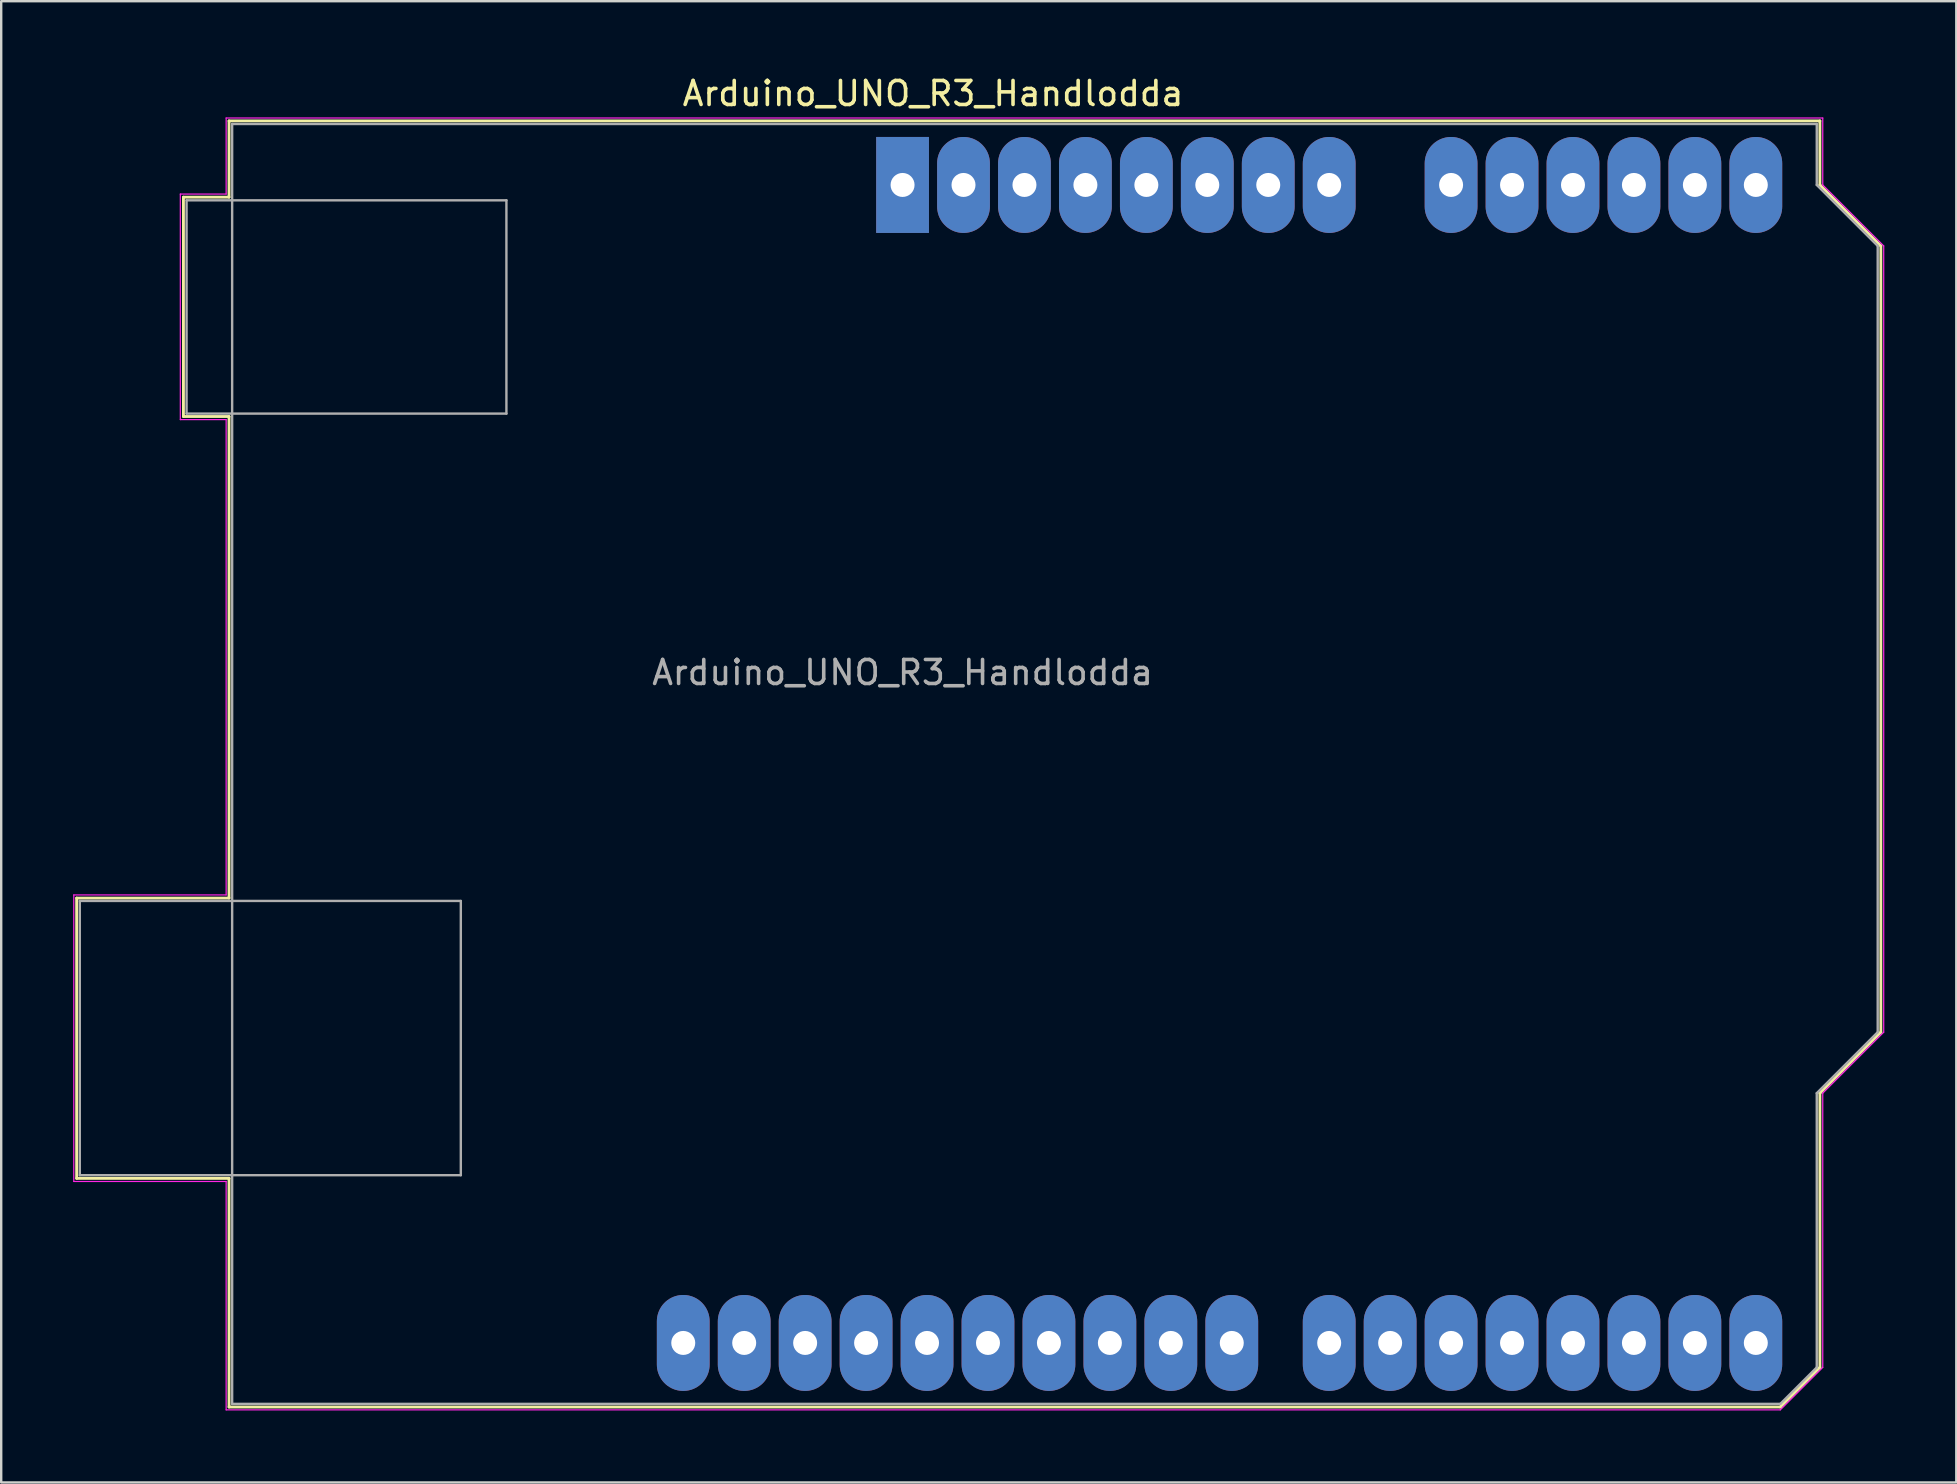
<source format=kicad_pcb>
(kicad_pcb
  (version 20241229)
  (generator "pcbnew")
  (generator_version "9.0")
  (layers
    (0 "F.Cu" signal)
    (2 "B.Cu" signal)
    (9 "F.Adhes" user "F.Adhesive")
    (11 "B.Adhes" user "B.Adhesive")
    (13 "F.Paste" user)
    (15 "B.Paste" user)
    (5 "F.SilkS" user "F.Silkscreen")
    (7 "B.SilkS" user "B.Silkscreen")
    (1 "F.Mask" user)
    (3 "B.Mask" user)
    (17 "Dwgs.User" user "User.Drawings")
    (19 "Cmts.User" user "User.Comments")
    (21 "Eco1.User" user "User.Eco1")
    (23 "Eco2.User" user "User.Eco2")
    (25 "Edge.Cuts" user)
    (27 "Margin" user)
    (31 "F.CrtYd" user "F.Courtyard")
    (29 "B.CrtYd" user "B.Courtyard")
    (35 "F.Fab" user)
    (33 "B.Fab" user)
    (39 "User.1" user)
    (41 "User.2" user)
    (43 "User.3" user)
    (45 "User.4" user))
  (footprint "Arduino_UNO_R3_Handlodda"
    (layer "F.Cu")
    (at 34.565 4.658)
    (property "Reference" "Arduino_UNO_R3_Handlodda" (at 1.27 -3.81 180) (layer "F.SilkS") (effects (font (size 1 1) (thickness 0.15))))
    (attr through_hole)
    (fp_line (start -34.42 29.72) (end -34.42 41.4) (stroke (width 0.12) (type solid)) (layer "F.SilkS"))
    (fp_line (start -34.42 41.4) (end -28.07 41.4) (stroke (width 0.12) (type solid)) (layer "F.SilkS"))
    (fp_line (start -29.97 0.51) (end -29.97 9.65) (stroke (width 0.12) (type solid)) (layer "F.SilkS"))
    (fp_line (start -29.97 9.65) (end -28.07 9.65) (stroke (width 0.12) (type solid)) (layer "F.SilkS"))
    (fp_line (start -28.07 -2.67) (end -28.07 0.51) (stroke (width 0.12) (type solid)) (layer "F.SilkS"))
    (fp_line (start -28.07 0.51) (end -29.97 0.51) (stroke (width 0.12) (type solid)) (layer "F.SilkS"))
    (fp_line (start -28.07 9.65) (end -28.07 29.72) (stroke (width 0.12) (type solid)) (layer "F.SilkS"))
    (fp_line (start -28.07 29.72) (end -34.42 29.72) (stroke (width 0.12) (type solid)) (layer "F.SilkS"))
    (fp_line (start -28.07 41.4) (end -28.07 50.93) (stroke (width 0.12) (type solid)) (layer "F.SilkS"))
    (fp_line (start -28.07 50.93) (end 36.58 50.93) (stroke (width 0.12) (type solid)) (layer "F.SilkS"))
    (fp_line (start 36.58 50.93) (end 38.23 49.28) (stroke (width 0.12) (type solid)) (layer "F.SilkS"))
    (fp_line (start 38.23 -2.67) (end -28.07 -2.67) (stroke (width 0.12) (type solid)) (layer "F.SilkS"))
    (fp_line (start 38.23 0) (end 38.23 -2.67) (stroke (width 0.12) (type solid)) (layer "F.SilkS"))
    (fp_line (start 38.23 37.85) (end 40.77 35.31) (stroke (width 0.12) (type solid)) (layer "F.SilkS"))
    (fp_line (start 38.23 49.28) (end 38.23 37.85) (stroke (width 0.12) (type solid)) (layer "F.SilkS"))
    (fp_line (start 40.77 2.54) (end 38.23 0) (stroke (width 0.12) (type solid)) (layer "F.SilkS"))
    (fp_line (start 40.77 35.31) (end 40.77 2.54) (stroke (width 0.12) (type solid)) (layer "F.SilkS"))
    (fp_line (start -34.54 29.59) (end -28.19 29.59) (stroke (width 0.05) (type solid)) (layer "F.CrtYd"))
    (fp_line (start -34.54 41.53) (end -34.54 29.59) (stroke (width 0.05) (type solid)) (layer "F.CrtYd"))
    (fp_line (start -30.1 0.38) (end -28.19 0.38) (stroke (width 0.05) (type solid)) (layer "F.CrtYd"))
    (fp_line (start -30.1 9.78) (end -30.1 0.38) (stroke (width 0.05) (type solid)) (layer "F.CrtYd"))
    (fp_line (start -28.19 -2.79) (end 38.35 -2.79) (stroke (width 0.05) (type solid)) (layer "F.CrtYd"))
    (fp_line (start -28.19 0.38) (end -28.19 -2.79) (stroke (width 0.05) (type solid)) (layer "F.CrtYd"))
    (fp_line (start -28.19 9.78) (end -30.1 9.78) (stroke (width 0.05) (type solid)) (layer "F.CrtYd"))
    (fp_line (start -28.19 29.59) (end -28.19 9.78) (stroke (width 0.05) (type solid)) (layer "F.CrtYd"))
    (fp_line (start -28.19 41.53) (end -34.54 41.53) (stroke (width 0.05) (type solid)) (layer "F.CrtYd"))
    (fp_line (start -28.19 51.05) (end -28.19 41.53) (stroke (width 0.05) (type solid)) (layer "F.CrtYd"))
    (fp_line (start 36.58 51.05) (end -28.19 51.05) (stroke (width 0.05) (type solid)) (layer "F.CrtYd"))
    (fp_line (start 38.35 -2.79) (end 38.35 0) (stroke (width 0.05) (type solid)) (layer "F.CrtYd"))
    (fp_line (start 38.35 0) (end 40.89 2.54) (stroke (width 0.05) (type solid)) (layer "F.CrtYd"))
    (fp_line (start 38.35 37.85) (end 38.35 49.28) (stroke (width 0.05) (type solid)) (layer "F.CrtYd"))
    (fp_line (start 38.35 49.28) (end 36.58 51.05) (stroke (width 0.05) (type solid)) (layer "F.CrtYd"))
    (fp_line (start 40.89 2.54) (end 40.89 35.31) (stroke (width 0.05) (type solid)) (layer "F.CrtYd"))
    (fp_line (start 40.89 35.31) (end 38.35 37.85) (stroke (width 0.05) (type solid)) (layer "F.CrtYd"))
    (fp_line (start -34.29 29.84) (end -18.41 29.84) (stroke (width 0.1) (type solid)) (layer "F.Fab"))
    (fp_line (start -34.29 41.27) (end -34.29 29.84) (stroke (width 0.1) (type solid)) (layer "F.Fab"))
    (fp_line (start -29.84 0.64) (end -16.51 0.64) (stroke (width 0.1) (type solid)) (layer "F.Fab"))
    (fp_line (start -29.84 9.53) (end -29.84 0.64) (stroke (width 0.1) (type solid)) (layer "F.Fab"))
    (fp_line (start -27.94 -2.54) (end 38.1 -2.54) (stroke (width 0.1) (type solid)) (layer "F.Fab"))
    (fp_line (start -27.94 50.8) (end -27.94 -2.54) (stroke (width 0.1) (type solid)) (layer "F.Fab"))
    (fp_line (start -18.41 29.84) (end -18.41 41.27) (stroke (width 0.1) (type solid)) (layer "F.Fab"))
    (fp_line (start -18.41 41.27) (end -34.29 41.27) (stroke (width 0.1) (type solid)) (layer "F.Fab"))
    (fp_line (start -16.51 0.64) (end -16.51 9.53) (stroke (width 0.1) (type solid)) (layer "F.Fab"))
    (fp_line (start -16.51 9.53) (end -29.84 9.53) (stroke (width 0.1) (type solid)) (layer "F.Fab"))
    (fp_line (start 36.58 50.8) (end -27.94 50.8) (stroke (width 0.1) (type solid)) (layer "F.Fab"))
    (fp_line (start 38.1 -2.54) (end 38.1 0) (stroke (width 0.1) (type solid)) (layer "F.Fab"))
    (fp_line (start 38.1 0) (end 40.64 2.54) (stroke (width 0.1) (type solid)) (layer "F.Fab"))
    (fp_line (start 38.1 37.85) (end 38.1 49.28) (stroke (width 0.1) (type solid)) (layer "F.Fab"))
    (fp_line (start 38.1 49.28) (end 36.58 50.8) (stroke (width 0.1) (type solid)) (layer "F.Fab"))
    (fp_line (start 40.64 2.54) (end 40.64 35.31) (stroke (width 0.1) (type solid)) (layer "F.Fab"))
    (fp_line (start 40.64 35.31) (end 38.1 37.85) (stroke (width 0.1) (type solid)) (layer "F.Fab"))
    (fp_text user "${REFERENCE}" (at 0 20.32 180) (layer "F.Fab") (effects (font (size 1 1) (thickness 0.15))))
    (pad "1" thru_hole rect (at 0 0 90) (size 4 2.2) (drill 1) (layers "*.Cu" "*.Mask"))
    (pad "2" thru_hole oval (at 2.54 0 90) (size 4 2.2) (drill 1) (layers "*.Cu" "*.Mask"))
    (pad "3" thru_hole oval (at 5.08 0 90) (size 4 2.2) (drill 1) (layers "*.Cu" "*.Mask"))
    (pad "4" thru_hole oval (at 7.62 0 90) (size 4 2.2) (drill 1) (layers "*.Cu" "*.Mask"))
    (pad "5" thru_hole oval (at 10.16 0 90) (size 4 2.2) (drill 1) (layers "*.Cu" "*.Mask"))
    (pad "6" thru_hole oval (at 12.7 0 90) (size 4 2.2) (drill 1) (layers "*.Cu" "*.Mask"))
    (pad "7" thru_hole oval (at 15.24 0 90) (size 4 2.2) (drill 1) (layers "*.Cu" "*.Mask"))
    (pad "8" thru_hole oval (at 17.78 0 90) (size 4 2.2) (drill 1) (layers "*.Cu" "*.Mask"))
    (pad "9" thru_hole oval (at 22.86 0 90) (size 4 2.2) (drill 1) (layers "*.Cu" "*.Mask"))
    (pad "10" thru_hole oval (at 25.4 0 90) (size 4 2.2) (drill 1) (layers "*.Cu" "*.Mask"))
    (pad "11" thru_hole oval (at 27.94 0 90) (size 4 2.2) (drill 1) (layers "*.Cu" "*.Mask"))
    (pad "12" thru_hole oval (at 30.48 0 90) (size 4 2.2) (drill 1) (layers "*.Cu" "*.Mask"))
    (pad "13" thru_hole oval (at 33.02 0 90) (size 4 2.2) (drill 1) (layers "*.Cu" "*.Mask"))
    (pad "14" thru_hole oval (at 35.56 0 90) (size 4 2.2) (drill 1) (layers "*.Cu" "*.Mask"))
    (pad "15" thru_hole oval (at 35.56 48.26 90) (size 4 2.2) (drill 1) (layers "*.Cu" "*.Mask"))
    (pad "16" thru_hole oval (at 33.02 48.26 90) (size 4 2.2) (drill 1) (layers "*.Cu" "*.Mask"))
    (pad "17" thru_hole oval (at 30.48 48.26 90) (size 4 2.2) (drill 1) (layers "*.Cu" "*.Mask"))
    (pad "18" thru_hole oval (at 27.94 48.26 90) (size 4 2.2) (drill 1) (layers "*.Cu" "*.Mask"))
    (pad "19" thru_hole oval (at 25.4 48.26 90) (size 4 2.2) (drill 1) (layers "*.Cu" "*.Mask"))
    (pad "20" thru_hole oval (at 22.86 48.26 90) (size 4 2.2) (drill 1) (layers "*.Cu" "*.Mask"))
    (pad "21" thru_hole oval (at 20.32 48.26 90) (size 4 2.2) (drill 1) (layers "*.Cu" "*.Mask"))
    (pad "22" thru_hole oval (at 17.78 48.26 90) (size 4 2.2) (drill 1) (layers "*.Cu" "*.Mask"))
    (pad "23" thru_hole oval (at 13.72 48.26 90) (size 4 2.2) (drill 1) (layers "*.Cu" "*.Mask"))
    (pad "24" thru_hole oval (at 11.18 48.26 90) (size 4 2.2) (drill 1) (layers "*.Cu" "*.Mask"))
    (pad "25" thru_hole oval (at 8.64 48.26 90) (size 4 2.2) (drill 1) (layers "*.Cu" "*.Mask"))
    (pad "26" thru_hole oval (at 6.1 48.26 90) (size 4 2.2) (drill 1) (layers "*.Cu" "*.Mask"))
    (pad "27" thru_hole oval (at 3.56 48.26 90) (size 4 2.2) (drill 1) (layers "*.Cu" "*.Mask"))
    (pad "28" thru_hole oval (at 1.02 48.26 90) (size 4 2.2) (drill 1) (layers "*.Cu" "*.Mask"))
    (pad "29" thru_hole oval (at -1.52 48.26 90) (size 4 2.2) (drill 1) (layers "*.Cu" "*.Mask"))
    (pad "30" thru_hole oval (at -4.06 48.26 90) (size 4 2.2) (drill 1) (layers "*.Cu" "*.Mask"))
    (pad "31" thru_hole oval (at -6.6 48.26 90) (size 4 2.2) (drill 1) (layers "*.Cu" "*.Mask"))
    (pad "32" thru_hole oval (at -9.14 48.26 90) (size 4 2.2) (drill 1) (layers "*.Cu" "*.Mask")))
  (gr_rect
    (start -3 -3)
    (end 78.48 58.733)
    (stroke (width 0.1) (type default))
    (fill no)
    (layer "Edge.Cuts")))
</source>
